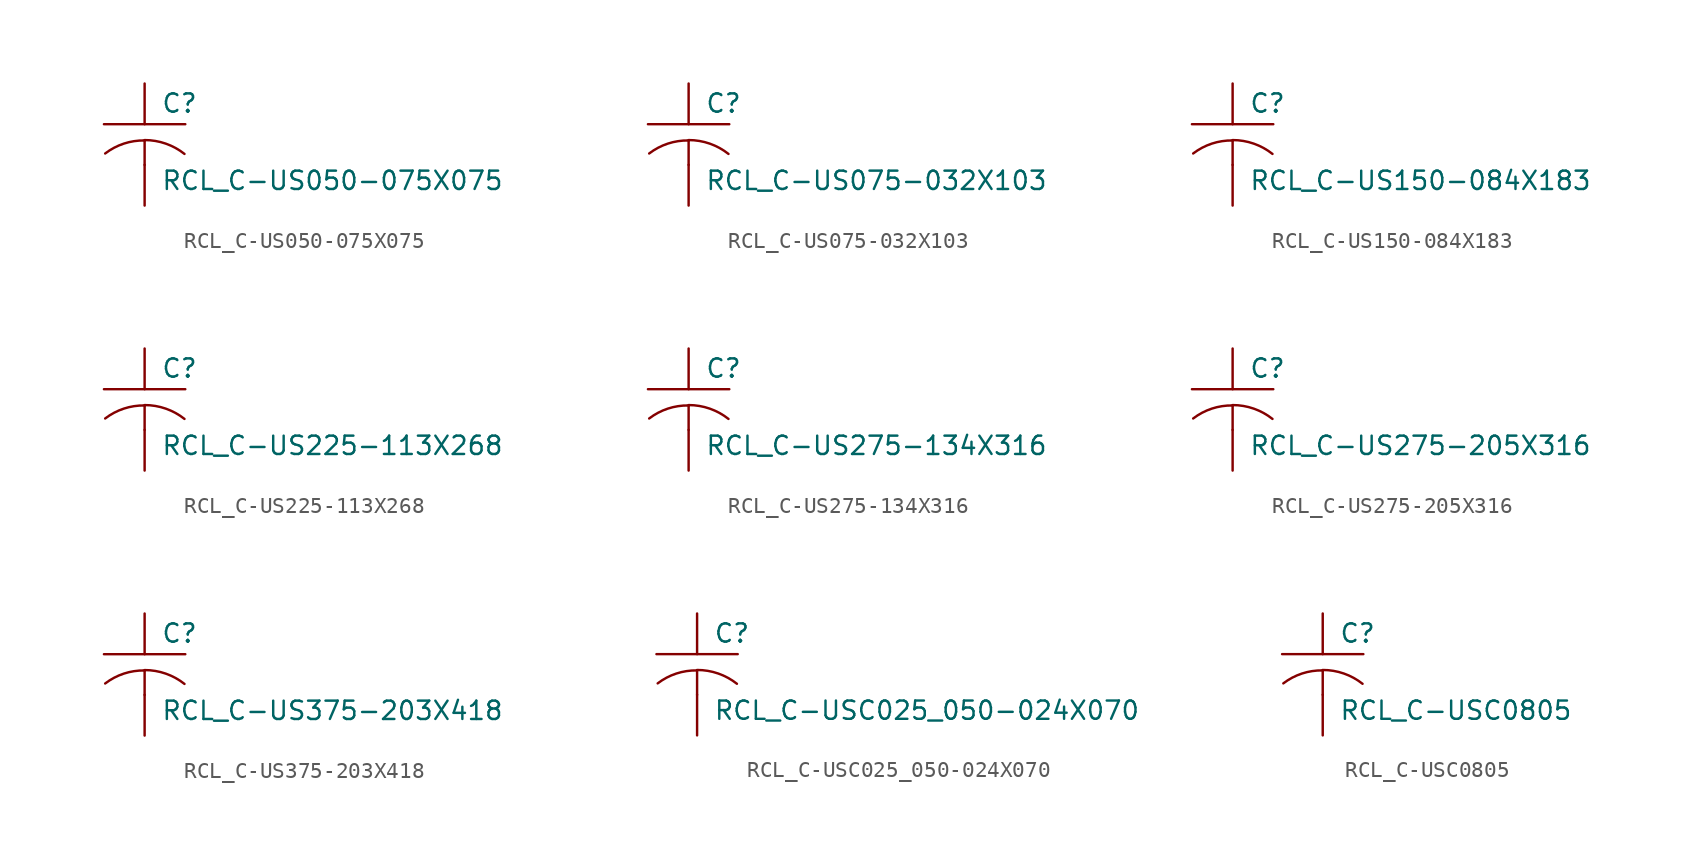
<source format=kicad_sym>
(kicad_symbol_lib
  (version 20210619)
  (generator kicad_symbol_editor)
  (symbol "RCL_C-US050-075X075"
    (pin_numbers hide)
    (pin_names
      (offset 1.016) hide)
    (property "Reference" "C"
      (at 1.016 0.635 0)
      (effects (font (size 1.143 1.143)) (justify left bottom)))
    (property "Value" "RCL_C-US050-075X075"
      (at 1.016 -4.191 0)
      (effects (font (size 1.143 1.143)) (justify left bottom)))
    (property "ki_locked" ""
      (at 0 0 0)
      (effects (font (size 1.27 1.27))))
    (symbol "RCL_C-US050-075X075_1_0"
      (polyline (pts (xy -2.54 0) (xy 2.54 0)) (stroke (width 0)) (fill (type none)))
      (polyline (pts (xy 0 -1.016) (xy 0 -2.54)) (stroke (width 0)) (fill (type none)))
      (polyline (pts (xy 0 -1.016) (xy 0 -1.016)) (stroke (width 0)) (fill (type none))))
    (symbol "RCL_C-US050-075X075_1_1"
      (arc (start 0 -1.016) (end -2.4638 -1.8288) (radius (at 0 -5.08) (length 4.0386) (angles 90.1 127.3)) (stroke (width 0)) (fill (type none)))
      (arc (start 2.4892 -1.8542) (end 0 -0.9906) (radius (at 0 -5.0292) (length 4.0386) (angles 52.3 89.9)) (stroke (width 0)) (fill (type none)))
      (pin passive line (at 0 2.54 270) (length 2.54) (name "1" (effects (font (size 1.016 1.016)))) (number "1" (effects (font (size 1.016 1.016)))))
      (pin passive line (at 0 -5.08 90) (length 2.54) (name "2" (effects (font (size 1.016 1.016)))) (number "2" (effects (font (size 1.016 1.016)))))))
  (symbol "RCL_C-US075-032X103"
    (pin_numbers hide)
    (pin_names
      (offset 1.016) hide)
    (property "Reference" "C"
      (at 1.016 0.635 0)
      (effects (font (size 1.143 1.143)) (justify left bottom)))
    (property "Value" "RCL_C-US075-032X103"
      (at 1.016 -4.191 0)
      (effects (font (size 1.143 1.143)) (justify left bottom)))
    (property "ki_locked" ""
      (at 0 0 0)
      (effects (font (size 1.27 1.27))))
    (symbol "RCL_C-US075-032X103_1_0"
      (polyline (pts (xy -2.54 0) (xy 2.54 0)) (stroke (width 0)) (fill (type none)))
      (polyline (pts (xy 0 -1.016) (xy 0 -2.54)) (stroke (width 0)) (fill (type none)))
      (polyline (pts (xy 0 -1.016) (xy 0 -1.016)) (stroke (width 0)) (fill (type none))))
    (symbol "RCL_C-US075-032X103_1_1"
      (arc (start 0 -1.016) (end -2.4638 -1.8288) (radius (at 0 -5.08) (length 4.0386) (angles 90.1 127.3)) (stroke (width 0)) (fill (type none)))
      (arc (start 2.4892 -1.8542) (end 0 -0.9906) (radius (at 0 -5.0292) (length 4.0386) (angles 52.3 89.9)) (stroke (width 0)) (fill (type none)))
      (pin passive line (at 0 2.54 270) (length 2.54) (name "1" (effects (font (size 1.016 1.016)))) (number "1" (effects (font (size 1.016 1.016)))))
      (pin passive line (at 0 -5.08 90) (length 2.54) (name "2" (effects (font (size 1.016 1.016)))) (number "2" (effects (font (size 1.016 1.016)))))))
  (symbol "RCL_C-US150-084X183"
    (pin_numbers hide)
    (pin_names
      (offset 1.016) hide)
    (property "Reference" "C"
      (at 1.016 0.635 0)
      (effects (font (size 1.143 1.143)) (justify left bottom)))
    (property "Value" "RCL_C-US150-084X183"
      (at 1.016 -4.191 0)
      (effects (font (size 1.143 1.143)) (justify left bottom)))
    (property "ki_locked" ""
      (at 0 0 0)
      (effects (font (size 1.27 1.27))))
    (symbol "RCL_C-US150-084X183_1_0"
      (polyline (pts (xy -2.54 0) (xy 2.54 0)) (stroke (width 0)) (fill (type none)))
      (polyline (pts (xy 0 -1.016) (xy 0 -2.54)) (stroke (width 0)) (fill (type none)))
      (polyline (pts (xy 0 -1.016) (xy 0 -1.016)) (stroke (width 0)) (fill (type none))))
    (symbol "RCL_C-US150-084X183_1_1"
      (arc (start 0 -1.016) (end -2.4638 -1.8288) (radius (at 0 -5.08) (length 4.0386) (angles 90.1 127.3)) (stroke (width 0)) (fill (type none)))
      (arc (start 2.4892 -1.8542) (end 0 -0.9906) (radius (at 0 -5.0292) (length 4.0386) (angles 52.3 89.9)) (stroke (width 0)) (fill (type none)))
      (pin passive line (at 0 2.54 270) (length 2.54) (name "1" (effects (font (size 1.016 1.016)))) (number "1" (effects (font (size 1.016 1.016)))))
      (pin passive line (at 0 -5.08 90) (length 2.54) (name "2" (effects (font (size 1.016 1.016)))) (number "2" (effects (font (size 1.016 1.016)))))))
  (symbol "RCL_C-US225-113X268"
    (pin_numbers hide)
    (pin_names
      (offset 1.016) hide)
    (property "Reference" "C"
      (at 1.016 0.635 0)
      (effects (font (size 1.143 1.143)) (justify left bottom)))
    (property "Value" "RCL_C-US225-113X268"
      (at 1.016 -4.191 0)
      (effects (font (size 1.143 1.143)) (justify left bottom)))
    (property "ki_locked" ""
      (at 0 0 0)
      (effects (font (size 1.27 1.27))))
    (symbol "RCL_C-US225-113X268_1_0"
      (polyline (pts (xy -2.54 0) (xy 2.54 0)) (stroke (width 0)) (fill (type none)))
      (polyline (pts (xy 0 -1.016) (xy 0 -2.54)) (stroke (width 0)) (fill (type none)))
      (polyline (pts (xy 0 -1.016) (xy 0 -1.016)) (stroke (width 0)) (fill (type none))))
    (symbol "RCL_C-US225-113X268_1_1"
      (arc (start 0 -1.016) (end -2.4638 -1.8288) (radius (at 0 -5.08) (length 4.0386) (angles 90.1 127.3)) (stroke (width 0)) (fill (type none)))
      (arc (start 2.4892 -1.8542) (end 0 -0.9906) (radius (at 0 -5.0292) (length 4.0386) (angles 52.3 89.9)) (stroke (width 0)) (fill (type none)))
      (pin passive line (at 0 2.54 270) (length 2.54) (name "1" (effects (font (size 1.016 1.016)))) (number "1" (effects (font (size 1.016 1.016)))))
      (pin passive line (at 0 -5.08 90) (length 2.54) (name "2" (effects (font (size 1.016 1.016)))) (number "2" (effects (font (size 1.016 1.016)))))))
  (symbol "RCL_C-US275-134X316"
    (pin_numbers hide)
    (pin_names
      (offset 1.016) hide)
    (property "Reference" "C"
      (at 1.016 0.635 0)
      (effects (font (size 1.143 1.143)) (justify left bottom)))
    (property "Value" "RCL_C-US275-134X316"
      (at 1.016 -4.191 0)
      (effects (font (size 1.143 1.143)) (justify left bottom)))
    (property "ki_locked" ""
      (at 0 0 0)
      (effects (font (size 1.27 1.27))))
    (symbol "RCL_C-US275-134X316_1_0"
      (polyline (pts (xy -2.54 0) (xy 2.54 0)) (stroke (width 0)) (fill (type none)))
      (polyline (pts (xy 0 -1.016) (xy 0 -2.54)) (stroke (width 0)) (fill (type none)))
      (polyline (pts (xy 0 -1.016) (xy 0 -1.016)) (stroke (width 0)) (fill (type none))))
    (symbol "RCL_C-US275-134X316_1_1"
      (arc (start 0 -1.016) (end -2.4638 -1.8288) (radius (at 0 -5.08) (length 4.0386) (angles 90.1 127.3)) (stroke (width 0)) (fill (type none)))
      (arc (start 2.4892 -1.8542) (end 0 -0.9906) (radius (at 0 -5.0292) (length 4.0386) (angles 52.3 89.9)) (stroke (width 0)) (fill (type none)))
      (pin passive line (at 0 2.54 270) (length 2.54) (name "1" (effects (font (size 1.016 1.016)))) (number "1" (effects (font (size 1.016 1.016)))))
      (pin passive line (at 0 -5.08 90) (length 2.54) (name "2" (effects (font (size 1.016 1.016)))) (number "2" (effects (font (size 1.016 1.016)))))))
  (symbol "RCL_C-US275-205X316"
    (pin_numbers hide)
    (pin_names
      (offset 1.016) hide)
    (property "Reference" "C"
      (at 1.016 0.635 0)
      (effects (font (size 1.143 1.143)) (justify left bottom)))
    (property "Value" "RCL_C-US275-205X316"
      (at 1.016 -4.191 0)
      (effects (font (size 1.143 1.143)) (justify left bottom)))
    (property "ki_locked" ""
      (at 0 0 0)
      (effects (font (size 1.27 1.27))))
    (symbol "RCL_C-US275-205X316_1_0"
      (polyline (pts (xy -2.54 0) (xy 2.54 0)) (stroke (width 0)) (fill (type none)))
      (polyline (pts (xy 0 -1.016) (xy 0 -2.54)) (stroke (width 0)) (fill (type none)))
      (polyline (pts (xy 0 -1.016) (xy 0 -1.016)) (stroke (width 0)) (fill (type none))))
    (symbol "RCL_C-US275-205X316_1_1"
      (arc (start 0 -1.016) (end -2.4638 -1.8288) (radius (at 0 -5.08) (length 4.0386) (angles 90.1 127.3)) (stroke (width 0)) (fill (type none)))
      (arc (start 2.4892 -1.8542) (end 0 -0.9906) (radius (at 0 -5.0292) (length 4.0386) (angles 52.3 89.9)) (stroke (width 0)) (fill (type none)))
      (pin passive line (at 0 2.54 270) (length 2.54) (name "1" (effects (font (size 1.016 1.016)))) (number "1" (effects (font (size 1.016 1.016)))))
      (pin passive line (at 0 -5.08 90) (length 2.54) (name "2" (effects (font (size 1.016 1.016)))) (number "2" (effects (font (size 1.016 1.016)))))))
  (symbol "RCL_C-US375-203X418"
    (pin_numbers hide)
    (pin_names
      (offset 1.016) hide)
    (property "Reference" "C"
      (at 1.016 0.635 0)
      (effects (font (size 1.143 1.143)) (justify left bottom)))
    (property "Value" "RCL_C-US375-203X418"
      (at 1.016 -4.191 0)
      (effects (font (size 1.143 1.143)) (justify left bottom)))
    (property "ki_locked" ""
      (at 0 0 0)
      (effects (font (size 1.27 1.27))))
    (symbol "RCL_C-US375-203X418_1_0"
      (polyline (pts (xy -2.54 0) (xy 2.54 0)) (stroke (width 0)) (fill (type none)))
      (polyline (pts (xy 0 -1.016) (xy 0 -2.54)) (stroke (width 0)) (fill (type none)))
      (polyline (pts (xy 0 -1.016) (xy 0 -1.016)) (stroke (width 0)) (fill (type none))))
    (symbol "RCL_C-US375-203X418_1_1"
      (arc (start 0 -1.016) (end -2.4638 -1.8288) (radius (at 0 -5.08) (length 4.0386) (angles 90.1 127.3)) (stroke (width 0)) (fill (type none)))
      (arc (start 2.4892 -1.8542) (end 0 -0.9906) (radius (at 0 -5.0292) (length 4.0386) (angles 52.3 89.9)) (stroke (width 0)) (fill (type none)))
      (pin passive line (at 0 2.54 270) (length 2.54) (name "1" (effects (font (size 1.016 1.016)))) (number "1" (effects (font (size 1.016 1.016)))))
      (pin passive line (at 0 -5.08 90) (length 2.54) (name "2" (effects (font (size 1.016 1.016)))) (number "2" (effects (font (size 1.016 1.016)))))))
  (symbol "RCL_C-USC025_050-024X070"
    (pin_numbers hide)
    (pin_names
      (offset 1.016) hide)
    (property "Reference" "C"
      (at 1.016 0.635 0)
      (effects (font (size 1.143 1.143)) (justify left bottom)))
    (property "Value" "RCL_C-USC025_050-024X070"
      (at 1.016 -4.191 0)
      (effects (font (size 1.143 1.143)) (justify left bottom)))
    (property "ki_locked" ""
      (at 0 0 0)
      (effects (font (size 1.27 1.27))))
    (symbol "RCL_C-USC025_050-024X070_1_0"
      (polyline (pts (xy -2.54 0) (xy 2.54 0)) (stroke (width 0)) (fill (type none)))
      (polyline (pts (xy 0 -1.016) (xy 0 -2.54)) (stroke (width 0)) (fill (type none)))
      (polyline (pts (xy 0 -1.016) (xy 0 -1.016)) (stroke (width 0)) (fill (type none))))
    (symbol "RCL_C-USC025_050-024X070_1_1"
      (arc (start 0 -1.016) (end -2.4638 -1.8288) (radius (at 0 -5.08) (length 4.0386) (angles 90.1 127.3)) (stroke (width 0)) (fill (type none)))
      (arc (start 2.4892 -1.8542) (end 0 -0.9906) (radius (at 0 -5.0292) (length 4.0386) (angles 52.3 89.9)) (stroke (width 0)) (fill (type none)))
      (pin passive line (at 0 2.54 270) (length 2.54) (name "1" (effects (font (size 1.016 1.016)))) (number "1" (effects (font (size 1.016 1.016)))))
      (pin passive line (at 0 -5.08 90) (length 2.54) (name "2" (effects (font (size 1.016 1.016)))) (number "2" (effects (font (size 1.016 1.016)))))))
  (symbol "RCL_C-USC0805"
    (pin_numbers hide)
    (pin_names
      (offset 1.016) hide)
    (property "Reference" "C"
      (at 1.016 0.635 0)
      (effects (font (size 1.143 1.143)) (justify left bottom)))
    (property "Value" "RCL_C-USC0805"
      (at 1.016 -4.191 0)
      (effects (font (size 1.143 1.143)) (justify left bottom)))
    (property "ki_locked" ""
      (at 0 0 0)
      (effects (font (size 1.27 1.27))))
    (symbol "RCL_C-USC0805_1_0"
      (polyline (pts (xy -2.54 0) (xy 2.54 0)) (stroke (width 0)) (fill (type none)))
      (polyline (pts (xy 0 -1.016) (xy 0 -2.54)) (stroke (width 0)) (fill (type none)))
      (polyline (pts (xy 0 -1.016) (xy 0 -1.016)) (stroke (width 0)) (fill (type none))))
    (symbol "RCL_C-USC0805_1_1"
      (arc (start 0 -1.016) (end -2.4638 -1.8288) (radius (at 0 -5.08) (length 4.0386) (angles 90.1 127.3)) (stroke (width 0)) (fill (type none)))
      (arc (start 2.4892 -1.8542) (end 0 -0.9906) (radius (at 0 -5.0292) (length 4.0386) (angles 52.3 89.9)) (stroke (width 0)) (fill (type none)))
      (pin passive line (at 0 2.54 270) (length 2.54) (name "1" (effects (font (size 1.016 1.016)))) (number "1" (effects (font (size 1.016 1.016)))))
      (pin passive line (at 0 -5.08 90) (length 2.54) (name "2" (effects (font (size 1.016 1.016)))) (number "2" (effects (font (size 1.016 1.016))))))))
</source>
